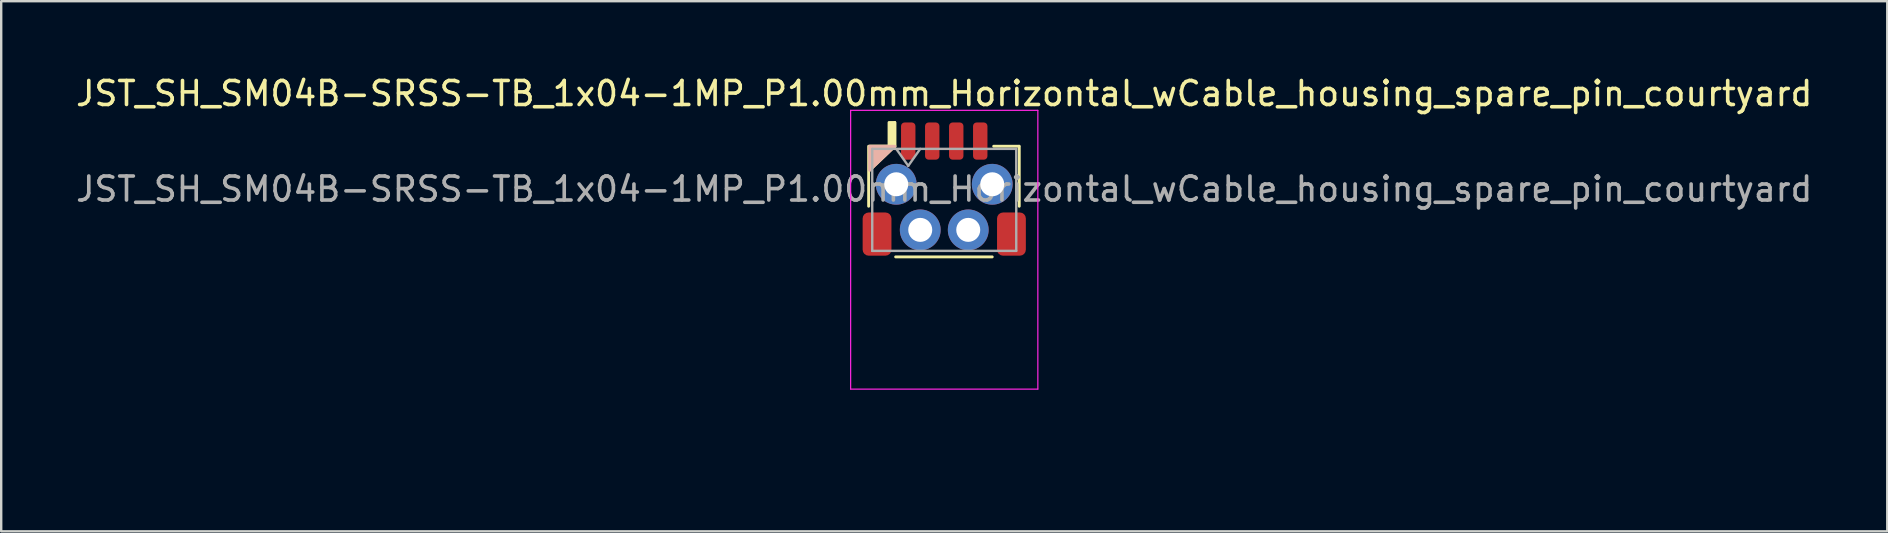
<source format=kicad_pcb>
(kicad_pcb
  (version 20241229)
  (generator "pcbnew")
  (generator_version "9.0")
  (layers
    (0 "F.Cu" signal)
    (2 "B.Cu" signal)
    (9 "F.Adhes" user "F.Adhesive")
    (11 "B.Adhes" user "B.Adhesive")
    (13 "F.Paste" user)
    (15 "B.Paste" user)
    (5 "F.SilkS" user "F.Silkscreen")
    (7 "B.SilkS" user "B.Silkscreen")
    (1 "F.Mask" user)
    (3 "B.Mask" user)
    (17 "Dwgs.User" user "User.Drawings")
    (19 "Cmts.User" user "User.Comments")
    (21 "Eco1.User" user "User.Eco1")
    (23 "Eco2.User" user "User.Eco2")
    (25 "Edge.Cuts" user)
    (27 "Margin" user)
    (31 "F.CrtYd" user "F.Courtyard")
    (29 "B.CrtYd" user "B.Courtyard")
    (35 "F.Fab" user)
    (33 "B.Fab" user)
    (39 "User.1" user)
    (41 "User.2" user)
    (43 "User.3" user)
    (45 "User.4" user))
  (footprint "JST_SH_SM04B-SRSS-TB_1x04-1MP_P1.00mm_Horizontal_wCable_housing_spare_pin_courtyard"
    (layer "F.Cu")
    (at 36.292 4.828)
    (property "Reference" "JST_SH_SM04B-SRSS-TB_1x04-1MP_P1.00mm_Horizontal_wCable_housing_spare_pin_courtyard" (at 0 -3.98 0) (layer "F.SilkS") (effects (font (size 1 1) (thickness 0.15))))
    (attr through_hole)
    (fp_line (start -3.15 0.715) (end -3.15 -1.785) (stroke (width 0.12) (type solid)) (layer "F.SilkS"))
    (fp_line (start -3.11 -1.785) (end -2.06 -1.785) (stroke (width 0.12) (type solid)) (layer "F.SilkS"))
    (fp_line (start -2.06 -1.785) (end -2.06 -2.775) (stroke (width 0.12) (type solid)) (layer "F.SilkS"))
    (fp_line (start -2.025 2.825) (end 2 2.825) (stroke (width 0.12) (type solid)) (layer "F.SilkS"))
    (fp_line (start 3.11 -1.785) (end 2.06 -1.785) (stroke (width 0.12) (type solid)) (layer "F.SilkS"))
    (fp_line (start 3.125 0.715) (end 3.125 -1.785) (stroke (width 0.12) (type solid)) (layer "F.SilkS"))
    (fp_poly (pts (xy -3.11 -0.785) (xy -3.11 -1.785) (xy -2.06 -1.785)) (stroke (width 0.12) (type solid)) (fill yes) (layer "F.SilkS"))
    (fp_poly (pts (xy -2.06 -1.785) (xy -2.3 -1.785) (xy -2.3 -2.775) (xy -2.06 -2.775)) (stroke (width 0.12) (type solid)) (fill yes) (layer "F.SilkS"))
    (fp_poly (pts (xy -2.06 -1.785) (xy -3.11 -1.785) (xy -3.11 -0.785)) (stroke (width 0.12) (type solid)) (fill yes) (layer "B.SilkS"))
    (fp_line (start -3.5 2.7) (end -3.5 3.7) (stroke (width 0.12) (type solid)) (layer "Eco2.User"))
    (fp_line (start -3.5 3.7) (end 3.5 3.7) (stroke (width 0.12) (type solid)) (layer "Eco2.User"))
    (fp_line (start -3.5 6.7) (end -3.5 6.95) (stroke (width 0.12) (type solid)) (layer "Eco2.User"))
    (fp_line (start -3.5 6.7) (end -3.25 6.7) (stroke (width 0.12) (type solid)) (layer "Eco2.User"))
    (fp_line (start -3.5 7.7) (end -3.5 7.45) (stroke (width 0.12) (type solid)) (layer "Eco2.User"))
    (fp_line (start -3.5 7.7) (end -3.25 7.7) (stroke (width 0.12) (type solid)) (layer "Eco2.User"))
    (fp_line (start -3 3.7) (end -3 3.95) (stroke (width 0.12) (type solid)) (layer "Eco2.User"))
    (fp_line (start -3 4.95) (end -3 4.45) (stroke (width 0.12) (type solid)) (layer "Eco2.User"))
    (fp_line (start -3 5.95) (end -3 5.45) (stroke (width 0.12) (type solid)) (layer "Eco2.User"))
    (fp_line (start -3 6.7) (end -3.25 6.7) (stroke (width 0.12) (type solid)) (layer "Eco2.User"))
    (fp_line (start -3 6.7) (end -3 6.45) (stroke (width 0.12) (type solid)) (layer "Eco2.User"))
    (fp_line (start -2.25 7.7) (end -2.75 7.7) (stroke (width 0.12) (type solid)) (layer "Eco2.User"))
    (fp_line (start -1.5 7.7) (end -1.5 8.2) (stroke (width 0.12) (type solid)) (layer "Eco2.User"))
    (fp_line (start -1.5 8.7) (end -1.5 9.2) (stroke (width 0.12) (type solid)) (layer "Eco2.User"))
    (fp_line (start -1.5 9.7) (end -1.5 10.2) (stroke (width 0.12) (type solid)) (layer "Eco2.User"))
    (fp_line (start -1.5 10.7) (end -1.5 11.2) (stroke (width 0.12) (type solid)) (layer "Eco2.User"))
    (fp_line (start -1.25 7.7) (end -1.75 7.7) (stroke (width 0.12) (type solid)) (layer "Eco2.User"))
    (fp_line (start -0.5 7.7) (end -0.5 8.2) (stroke (width 0.12) (type solid)) (layer "Eco2.User"))
    (fp_line (start -0.5 8.7) (end -0.5 9.2) (stroke (width 0.12) (type solid)) (layer "Eco2.User"))
    (fp_line (start -0.5 9.7) (end -0.5 10.2) (stroke (width 0.12) (type solid)) (layer "Eco2.User"))
    (fp_line (start -0.5 10.7) (end -0.5 11.2) (stroke (width 0.12) (type solid)) (layer "Eco2.User"))
    (fp_line (start -0.25 7.7) (end -0.75 7.7) (stroke (width 0.12) (type solid)) (layer "Eco2.User"))
    (fp_line (start 0.5 7.7) (end 0.5 8.2) (stroke (width 0.12) (type solid)) (layer "Eco2.User"))
    (fp_line (start 0.5 8.7) (end 0.5 9.2) (stroke (width 0.12) (type solid)) (layer "Eco2.User"))
    (fp_line (start 0.5 9.7) (end 0.5 10.2) (stroke (width 0.12) (type solid)) (layer "Eco2.User"))
    (fp_line (start 0.5 10.7) (end 0.5 11.2) (stroke (width 0.12) (type solid)) (layer "Eco2.User"))
    (fp_line (start 0.75 7.7) (end 0.25 7.7) (stroke (width 0.12) (type solid)) (layer "Eco2.User"))
    (fp_line (start 1.5 7.7) (end 1.5 8.2) (stroke (width 0.12) (type solid)) (layer "Eco2.User"))
    (fp_line (start 1.5 8.7) (end 1.5 9.2) (stroke (width 0.12) (type solid)) (layer "Eco2.User"))
    (fp_line (start 1.5 9.7) (end 1.5 10.2) (stroke (width 0.12) (type solid)) (layer "Eco2.User"))
    (fp_line (start 1.5 10.7) (end 1.5 11.2) (stroke (width 0.12) (type solid)) (layer "Eco2.User"))
    (fp_line (start 1.75 7.7) (end 1.25 7.7) (stroke (width 0.12) (type solid)) (layer "Eco2.User"))
    (fp_line (start 2.75 7.7) (end 2.25 7.7) (stroke (width 0.12) (type solid)) (layer "Eco2.User"))
    (fp_line (start 3 3.7) (end 3 3.95) (stroke (width 0.12) (type solid)) (layer "Eco2.User"))
    (fp_line (start 3 4.95) (end 3 4.45) (stroke (width 0.12) (type solid)) (layer "Eco2.User"))
    (fp_line (start 3 5.95) (end 3 5.45) (stroke (width 0.12) (type solid)) (layer "Eco2.User"))
    (fp_line (start 3 6.7) (end 3 6.45) (stroke (width 0.12) (type solid)) (layer "Eco2.User"))
    (fp_line (start 3 6.7) (end 3.25 6.7) (stroke (width 0.12) (type solid)) (layer "Eco2.User"))
    (fp_line (start 3.5 2.7) (end -3.5 2.7) (stroke (width 0.12) (type solid)) (layer "Eco2.User"))
    (fp_line (start 3.5 3.7) (end 3.5 2.7) (stroke (width 0.12) (type solid)) (layer "Eco2.User"))
    (fp_line (start 3.5 6.7) (end 3.25 6.7) (stroke (width 0.12) (type solid)) (layer "Eco2.User"))
    (fp_line (start 3.5 6.7) (end 3.5 6.95) (stroke (width 0.12) (type solid)) (layer "Eco2.User"))
    (fp_line (start 3.5 7.7) (end 3.25 7.7) (stroke (width 0.12) (type solid)) (layer "Eco2.User"))
    (fp_line (start 3.5 7.7) (end 3.5 7.45) (stroke (width 0.12) (type solid)) (layer "Eco2.User"))
    (fp_line (start -3.9 -3.28) (end -3.9 8.334) (stroke (width 0.05) (type solid)) (layer "F.CrtYd"))
    (fp_line (start -3.9 8.334) (end 3.9 8.334) (stroke (width 0.05) (type solid)) (layer "F.CrtYd"))
    (fp_line (start 3.9 -3.28) (end -3.9 -3.28) (stroke (width 0.05) (type solid)) (layer "F.CrtYd"))
    (fp_line (start 3.9 8.334) (end 3.9 -3.28) (stroke (width 0.05) (type solid)) (layer "F.CrtYd"))
    (fp_line (start -3 -1.675) (end -3 2.575) (stroke (width 0.1) (type solid)) (layer "F.Fab"))
    (fp_line (start -3 -1.675) (end 3 -1.675) (stroke (width 0.1) (type solid)) (layer "F.Fab"))
    (fp_line (start -3 2.575) (end 3 2.575) (stroke (width 0.1) (type solid)) (layer "F.Fab"))
    (fp_line (start -2 -1.675) (end -1.5 -0.968) (stroke (width 0.1) (type solid)) (layer "F.Fab"))
    (fp_line (start -1.5 -0.968) (end -1 -1.675) (stroke (width 0.1) (type solid)) (layer "F.Fab"))
    (fp_line (start 3 -1.675) (end 3 2.575) (stroke (width 0.1) (type solid)) (layer "F.Fab"))
    (fp_text user "${REFERENCE}" (at 0 0 0) (layer "F.Fab") (effects (font (size 1 1) (thickness 0.15))))
    (pad "1" thru_hole oval (at -2 -0.2) (size 1.7 1.7) (drill 1) (layers "*.Cu" "*.Mask"))
    (pad "1" smd roundrect (at -1.5 -2) (size 0.6 1.55) (layers "F.Cu" "F.Mask" "F.Paste") (roundrect_rratio 0.25))
    (pad "2" thru_hole oval (at -1 1.7) (size 1.7 1.7) (drill 1) (layers "*.Cu" "*.Mask"))
    (pad "2" smd roundrect (at -0.5 -2) (size 0.6 1.55) (layers "F.Cu" "F.Mask" "F.Paste") (roundrect_rratio 0.25))
    (pad "3" smd roundrect (at 0.5 -2) (size 0.6 1.55) (layers "F.Cu" "F.Mask" "F.Paste") (roundrect_rratio 0.25))
    (pad "3" thru_hole oval (at 1 1.7) (size 1.7 1.7) (drill 1) (layers "*.Cu" "*.Mask"))
    (pad "4" smd roundrect (at 1.5 -2) (size 0.6 1.55) (layers "F.Cu" "F.Mask" "F.Paste") (roundrect_rratio 0.25))
    (pad "4" thru_hole oval (at 2 -0.2) (size 1.7 1.7) (drill 1) (layers "*.Cu" "*.Mask"))
    (pad "MP" smd roundrect (at -2.8 1.875) (size 1.2 1.8) (layers "F.Cu" "F.Mask" "F.Paste") (roundrect_rratio 0.208))
    (pad "MP" smd roundrect (at 2.8 1.875) (size 1.2 1.8) (layers "F.Cu" "F.Mask" "F.Paste") (roundrect_rratio 0.208)))
  (gr_rect
    (start -3 -3)
    (end 75.583 19.088)
    (stroke (width 0.1) (type default))
    (fill no)
    (layer "Edge.Cuts")))
</source>
